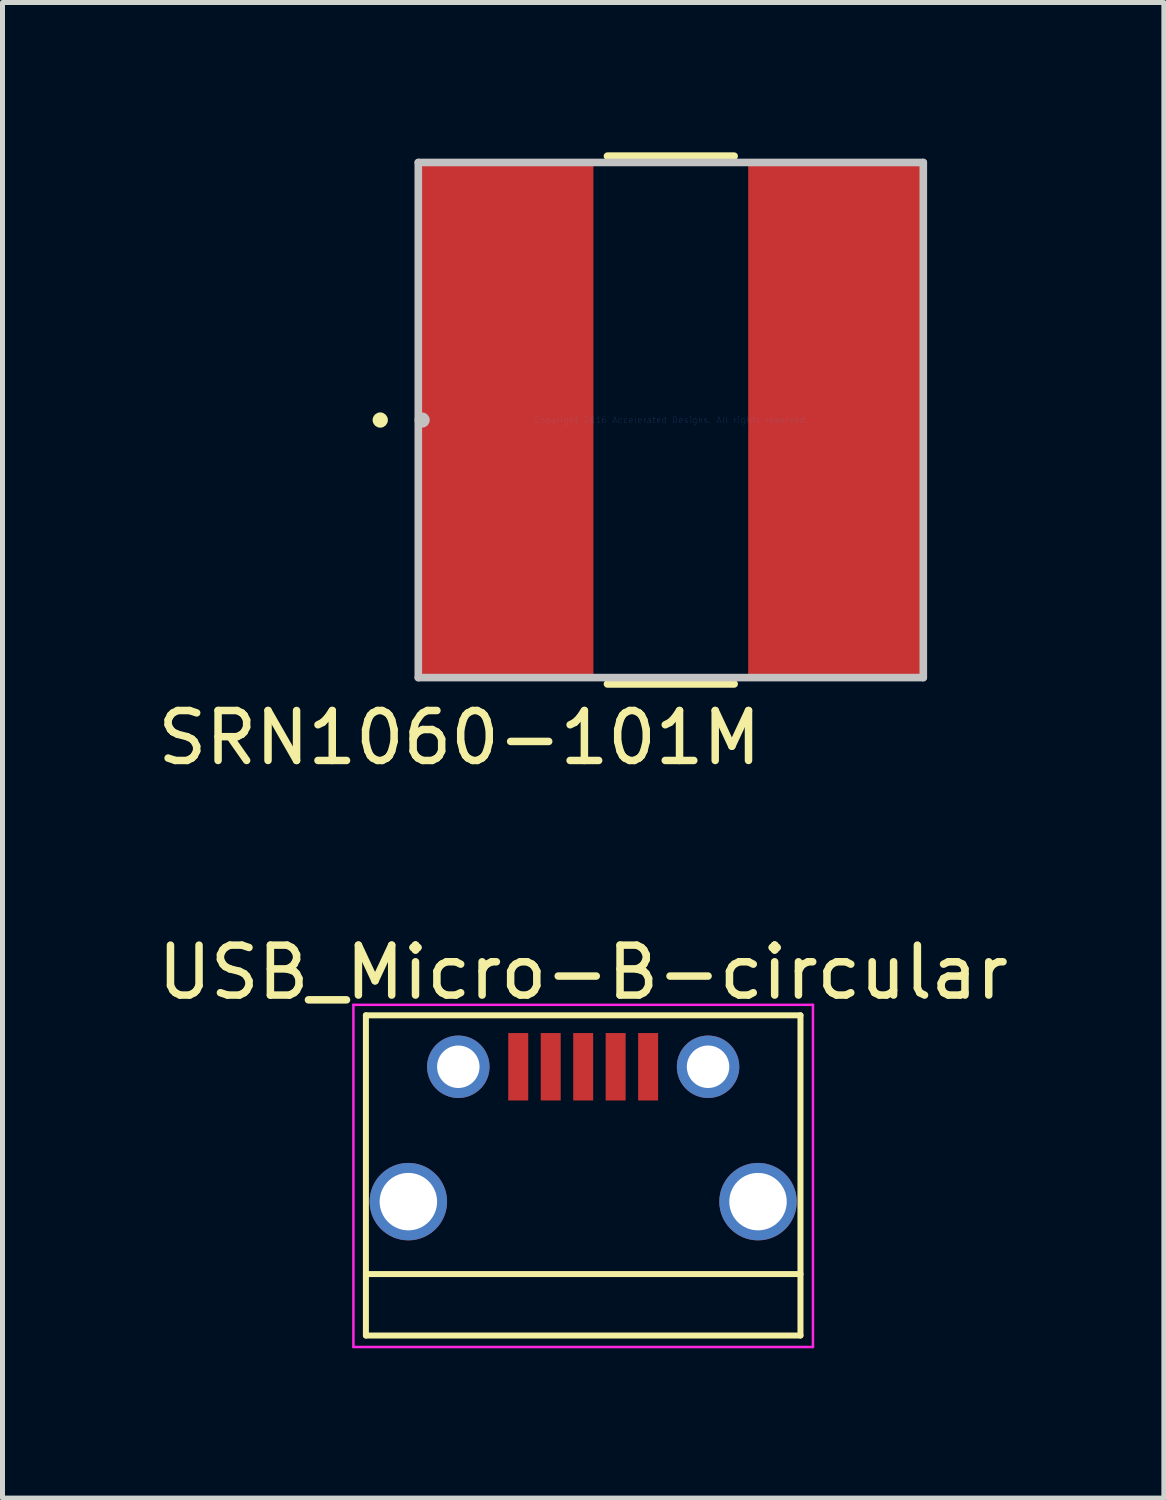
<source format=kicad_pcb>
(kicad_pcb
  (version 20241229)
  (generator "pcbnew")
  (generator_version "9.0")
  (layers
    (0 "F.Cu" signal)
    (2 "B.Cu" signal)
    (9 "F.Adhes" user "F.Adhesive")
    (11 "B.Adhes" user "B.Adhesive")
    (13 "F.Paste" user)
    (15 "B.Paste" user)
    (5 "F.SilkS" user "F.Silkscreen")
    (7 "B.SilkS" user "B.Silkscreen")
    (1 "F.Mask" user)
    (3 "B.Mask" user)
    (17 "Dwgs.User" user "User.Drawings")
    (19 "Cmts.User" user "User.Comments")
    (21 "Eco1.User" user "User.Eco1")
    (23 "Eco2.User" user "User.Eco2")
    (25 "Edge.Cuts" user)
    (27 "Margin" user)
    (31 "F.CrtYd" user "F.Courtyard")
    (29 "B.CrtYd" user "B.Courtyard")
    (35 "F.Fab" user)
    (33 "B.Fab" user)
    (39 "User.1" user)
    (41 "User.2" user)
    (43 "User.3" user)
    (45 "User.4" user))
  (footprint "SRN1060-101M"
    (layer "F.Cu")
    (at 10.379 5.359)
    (property "Reference" "SRN1060-101M" (at -4.23 6.36 0) (layer "F.SilkS") (effects (font (size 1 1) (thickness 0.15))))
    (attr through_hole)
    (fp_line (start -1.268 5.283) (end 1.268 5.283) (stroke (width 0.152) (type solid)) (layer "F.SilkS"))
    (fp_line (start 1.268 -5.283) (end -1.268 -5.283) (stroke (width 0.152) (type solid)) (layer "F.SilkS"))
    (fp_circle (center -5.817 0) (end -5.74 0) (stroke (width 0.152) (type solid)) (fill no) (layer "F.SilkS"))
    (fp_line (start -5.055 -5.156) (end -5.055 5.156) (stroke (width 0.152) (type solid)) (layer "Dwgs.User"))
    (fp_line (start -5.055 5.156) (end 5.055 5.156) (stroke (width 0.152) (type solid)) (layer "Dwgs.User"))
    (fp_line (start 5.055 -5.156) (end -5.055 -5.156) (stroke (width 0.152) (type solid)) (layer "Dwgs.User"))
    (fp_line (start 5.055 5.156) (end 5.055 -5.156) (stroke (width 0.152) (type solid)) (layer "Dwgs.User"))
    (fp_circle (center -4.978 0) (end -4.902 0) (stroke (width 0.152) (type solid)) (fill no) (layer "Dwgs.User"))
    (fp_text user "Copyright 2016 Accelerated Designs. All rights reserved." (at 0 0 0) (layer "Cmts.User") (effects (font (size 0.127 0.127) (thickness 0.002))))
    (pad "1" smd rect (at -3.302 0) (size 3.505 10.211) (layers "F.Cu" "F.Mask"))
    (pad "2" smd rect (at 3.302 0) (size 3.505 10.211) (layers "F.Cu" "F.Mask")))
  (footprint "USB_Micro-B-circular"
    (layer "F.Cu")
    (at 8.625 19.656)
    (property "Reference" "USB_Micro-B-circular" (at 0 -3.24 0) (layer "F.SilkS") (effects (font (size 1 1) (thickness 0.15))))
    (attr smd)
    (fp_line (start -4.35 -2.38) (end 4.35 -2.38) (stroke (width 0.12) (type solid)) (layer "F.SilkS"))
    (fp_line (start -4.35 4.03) (end -4.35 -2.38) (stroke (width 0.12) (type solid)) (layer "F.SilkS"))
    (fp_line (start -4.35 4.03) (end 4.35 4.03) (stroke (width 0.12) (type solid)) (layer "F.SilkS"))
    (fp_line (start 4.35 -2.38) (end 4.35 4.03) (stroke (width 0.12) (type solid)) (layer "F.SilkS"))
    (fp_line (start 4.35 2.8) (end -4.35 2.8) (stroke (width 0.12) (type solid)) (layer "F.SilkS"))
    (fp_line (start -4.6 -2.59) (end 4.6 -2.59) (stroke (width 0.05) (type solid)) (layer "F.CrtYd"))
    (fp_line (start -4.6 4.26) (end -4.6 -2.59) (stroke (width 0.05) (type solid)) (layer "F.CrtYd"))
    (fp_line (start 4.6 -2.59) (end 4.6 4.26) (stroke (width 0.05) (type solid)) (layer "F.CrtYd"))
    (fp_line (start 4.6 4.26) (end -4.6 4.26) (stroke (width 0.05) (type solid)) (layer "F.CrtYd"))
    (pad "1" smd rect (at -1.3 -1.35 90) (size 1.35 0.4) (layers "F.Cu" "F.Mask" "F.Paste"))
    (pad "2" smd rect (at -0.65 -1.35 90) (size 1.35 0.4) (layers "F.Cu" "F.Mask" "F.Paste"))
    (pad "3" smd rect (at 0 -1.35 90) (size 1.35 0.4) (layers "F.Cu" "F.Mask" "F.Paste"))
    (pad "4" smd rect (at 0.65 -1.35 90) (size 1.35 0.4) (layers "F.Cu" "F.Mask" "F.Paste"))
    (pad "5" smd rect (at 1.3 -1.35 90) (size 1.35 0.4) (layers "F.Cu" "F.Mask" "F.Paste"))
    (pad "6" thru_hole oval (at -3.5 1.35 90) (size 1.55 1.55) (drill oval 1.15) (layers "*.Cu" "*.Mask"))
    (pad "6" thru_hole oval (at -2.5 -1.35 90) (size 1.25 1.25) (drill oval 0.85) (layers "*.Cu" "*.Mask"))
    (pad "6" thru_hole oval (at 2.5 -1.35 90) (size 1.25 1.25) (drill 0.85) (layers "*.Cu" "*.Mask"))
    (pad "6" thru_hole oval (at 3.5 1.35 90) (size 1.55 1.55) (drill oval 1.15) (layers "*.Cu" "*.Mask")))
  (gr_rect
    (start -3 -3)
    (end 20.25 26.941)
    (stroke (width 0.1) (type default))
    (fill no)
    (layer "Edge.Cuts")))
</source>
